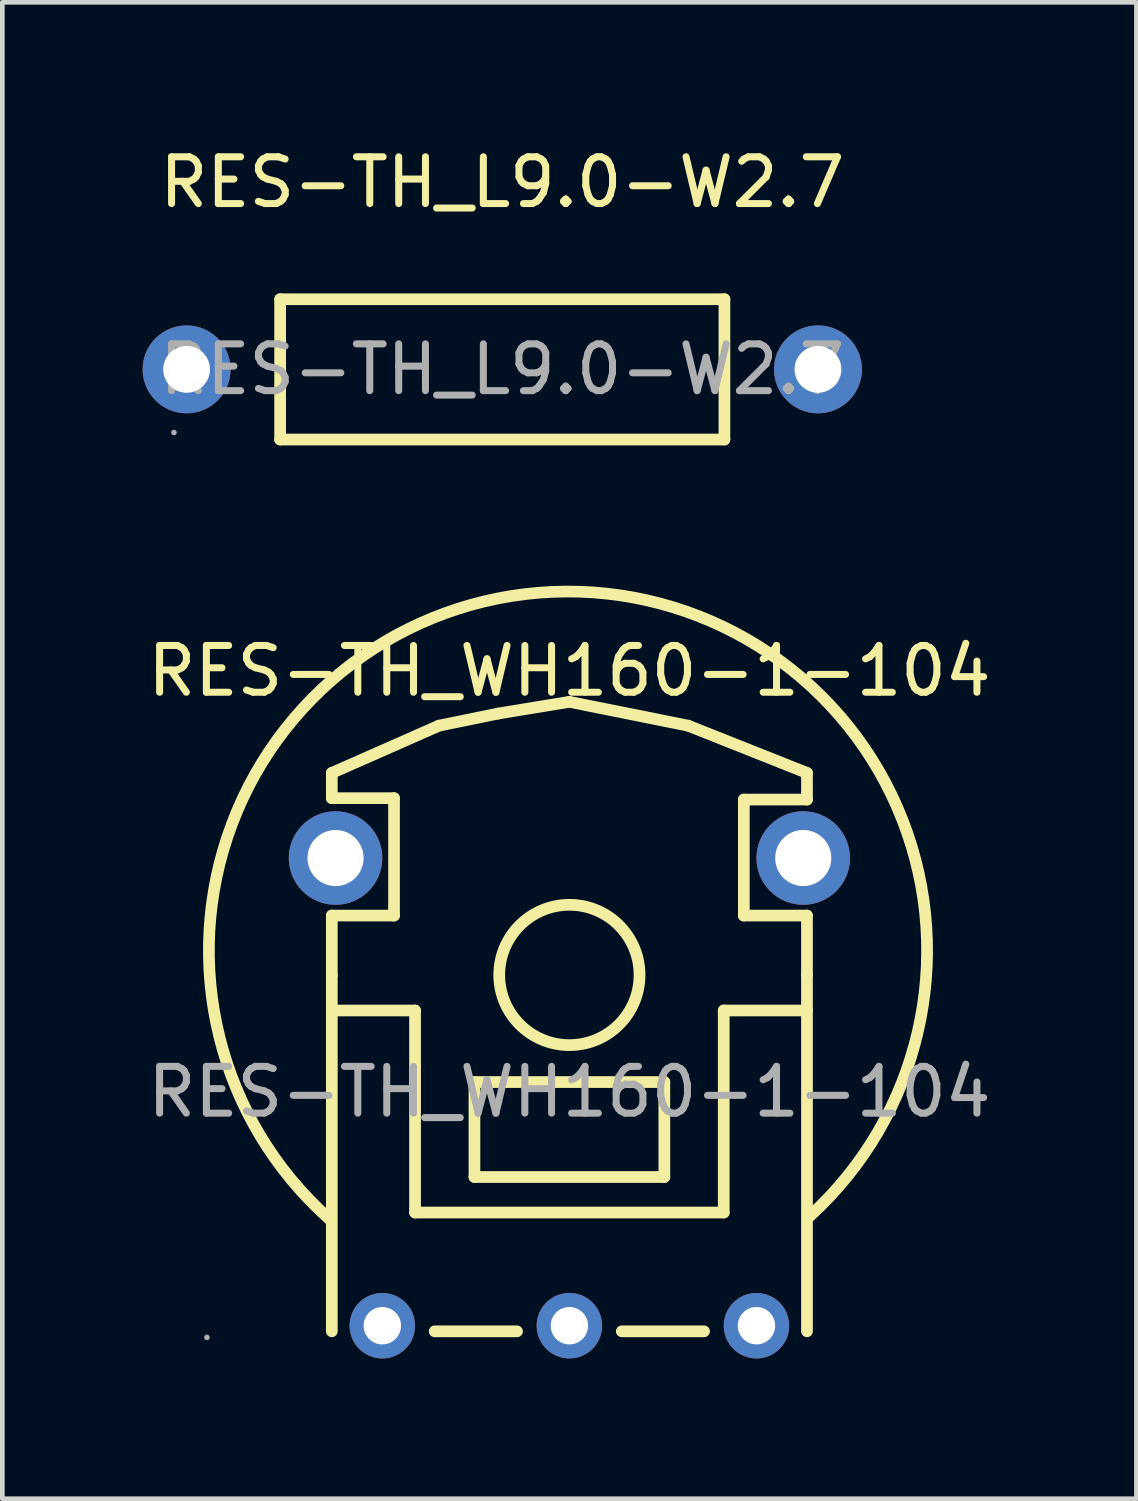
<source format=kicad_pcb>
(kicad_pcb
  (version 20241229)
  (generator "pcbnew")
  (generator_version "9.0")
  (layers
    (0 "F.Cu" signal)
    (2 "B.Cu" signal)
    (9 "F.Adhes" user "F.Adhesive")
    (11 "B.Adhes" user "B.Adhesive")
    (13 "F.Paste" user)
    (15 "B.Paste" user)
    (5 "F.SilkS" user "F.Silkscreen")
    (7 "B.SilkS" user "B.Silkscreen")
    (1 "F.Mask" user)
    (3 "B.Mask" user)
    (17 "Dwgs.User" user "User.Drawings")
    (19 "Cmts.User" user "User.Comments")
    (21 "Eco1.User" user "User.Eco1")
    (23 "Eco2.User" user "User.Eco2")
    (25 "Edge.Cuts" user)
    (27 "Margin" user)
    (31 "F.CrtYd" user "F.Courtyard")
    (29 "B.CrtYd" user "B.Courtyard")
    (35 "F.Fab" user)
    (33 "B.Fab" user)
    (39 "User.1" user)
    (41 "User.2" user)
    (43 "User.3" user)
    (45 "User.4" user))
  (footprint "RES-TH_L9.0-W2.7"
    (layer "F.Cu")
    (at 7.69 4.848)
    (property "Reference" "RES-TH_L9.0-W2.7" (at 0 -4 0) (layer "F.SilkS") (effects (font (size 1 1) (thickness 0.15))))
    (attr through_hole)
    (fp_line (start -4.75 -1.5) (end 4.75 -1.5) (stroke (width 0.25) (type solid)) (layer "F.SilkS"))
    (fp_line (start -4.75 1.5) (end -4.75 -1.5) (stroke (width 0.25) (type solid)) (layer "F.SilkS"))
    (fp_line (start 4.75 -1.5) (end 4.75 1.5) (stroke (width 0.25) (type solid)) (layer "F.SilkS"))
    (fp_line (start 4.75 1.5) (end -4.75 1.5) (stroke (width 0.25) (type solid)) (layer "F.SilkS"))
    (fp_circle (center -7.02 1.35) (end -6.99 1.35) (stroke (width 0.06) (type solid)) (fill no) (layer "F.Fab"))
    (fp_circle (center -6.75 0) (end -6.61 0) (stroke (width 0.27) (type solid)) (fill no) (layer "F.Fab"))
    (fp_circle (center 6.75 0) (end 6.89 0) (stroke (width 0.27) (type solid)) (fill no) (layer "F.Fab"))
    (fp_text user "${REFERENCE}" (at 0 0 0) (layer "F.Fab") (effects (font (size 1 1) (thickness 0.15))))
    (pad "1" thru_hole circle (at -6.75 0) (size 1.88 1.88) (drill 1) (layers "*.Cu" "*.Paste" "*.Mask"))
    (pad "2" thru_hole circle (at 6.75 0) (size 1.88 1.88) (drill 1) (layers "*.Cu" "*.Paste" "*.Mask")))
  (footprint "RES-TH_WH160-1-104"
    (layer "F.Cu")
    (at 9.125 20.297)
    (property "Reference" "RES-TH_WH160-1-104" (at 0 -9 0) (layer "F.SilkS") (effects (font (size 1 1) (thickness 0.15))))
    (attr through_hole)
    (fp_line (start -5.08 -6.82) (end -2.79 -7.83) (stroke (width 0.25) (type solid)) (layer "F.SilkS"))
    (fp_line (start -5.08 -6.28) (end -5.08 -6.82) (stroke (width 0.25) (type solid)) (layer "F.SilkS"))
    (fp_line (start -5.08 -3.77) (end -3.75 -3.77) (stroke (width 0.25) (type solid)) (layer "F.SilkS"))
    (fp_line (start -5.08 -2.5) (end -5.08 -3.77) (stroke (width 0.25) (type solid)) (layer "F.SilkS"))
    (fp_line (start -5.08 -1.74) (end -3.3 -1.74) (stroke (width 0.25) (type solid)) (layer "F.SilkS"))
    (fp_line (start -5.08 5.12) (end -5.08 -2.5) (stroke (width 0.25) (type solid)) (layer "F.SilkS"))
    (fp_line (start -3.75 -6.28) (end -5.08 -6.28) (stroke (width 0.25) (type solid)) (layer "F.SilkS"))
    (fp_line (start -3.75 -3.77) (end -3.75 -6.28) (stroke (width 0.25) (type solid)) (layer "F.SilkS"))
    (fp_line (start -3.3 -1.74) (end -3.3 2.58) (stroke (width 0.25) (type solid)) (layer "F.SilkS"))
    (fp_line (start -3.3 2.58) (end 3.3 2.58) (stroke (width 0.25) (type solid)) (layer "F.SilkS"))
    (fp_line (start -2.88 5.12) (end -1.12 5.12) (stroke (width 0.25) (type solid)) (layer "F.SilkS"))
    (fp_line (start -2.79 -7.83) (end -1.52 -8.09) (stroke (width 0.25) (type solid)) (layer "F.SilkS"))
    (fp_line (start -2.03 -0.21) (end -2.03 1.82) (stroke (width 0.25) (type solid)) (layer "F.SilkS"))
    (fp_line (start -2.03 1.82) (end 2.03 1.82) (stroke (width 0.25) (type solid)) (layer "F.SilkS"))
    (fp_line (start -1.52 -8.09) (end 0 -8.34) (stroke (width 0.25) (type solid)) (layer "F.SilkS"))
    (fp_line (start 0 -8.34) (end 2.54 -7.83) (stroke (width 0.25) (type solid)) (layer "F.SilkS"))
    (fp_line (start 1.12 5.12) (end 2.88 5.12) (stroke (width 0.25) (type solid)) (layer "F.SilkS"))
    (fp_line (start 2.03 -0.21) (end -2.03 -0.21) (stroke (width 0.25) (type solid)) (layer "F.SilkS"))
    (fp_line (start 2.03 1.82) (end 2.03 -0.21) (stroke (width 0.25) (type solid)) (layer "F.SilkS"))
    (fp_line (start 2.54 -7.83) (end 5.08 -6.82) (stroke (width 0.25) (type solid)) (layer "F.SilkS"))
    (fp_line (start 3.3 -1.74) (end 5.08 -1.74) (stroke (width 0.25) (type solid)) (layer "F.SilkS"))
    (fp_line (start 3.3 2.58) (end 3.3 -1.74) (stroke (width 0.25) (type solid)) (layer "F.SilkS"))
    (fp_line (start 3.73 -6.25) (end 3.73 -3.77) (stroke (width 0.25) (type solid)) (layer "F.SilkS"))
    (fp_line (start 3.73 -3.77) (end 5.08 -3.77) (stroke (width 0.25) (type solid)) (layer "F.SilkS"))
    (fp_line (start 5.08 -6.82) (end 5.08 -6.25) (stroke (width 0.25) (type solid)) (layer "F.SilkS"))
    (fp_line (start 5.08 -6.25) (end 3.73 -6.25) (stroke (width 0.25) (type solid)) (layer "F.SilkS"))
    (fp_line (start 5.08 -3.77) (end 5.08 -2.5) (stroke (width 0.25) (type solid)) (layer "F.SilkS"))
    (fp_line (start 5.08 -2.5) (end 5.08 5.12) (stroke (width 0.25) (type solid)) (layer "F.SilkS"))
    (fp_arc (start -5.13 2.72) (mid -0.075411 -10.698251) (end 5.137536 2.659276) (stroke (width 0.25) (type solid)) (layer "F.SilkS"))
    (fp_circle (center 0 -2.5) (end 1.5 -2.5) (stroke (width 0.25) (type solid)) (fill no) (layer "F.SilkS"))
    (fp_circle (center -7.75 5.25) (end -7.72 5.25) (stroke (width 0.06) (type solid)) (fill no) (layer "F.Fab"))
    (fp_circle (center -5 -5) (end -4.75 -5) (stroke (width 0.5) (type solid)) (fill no) (layer "F.Fab"))
    (fp_circle (center -4 5) (end -3.88 5) (stroke (width 0.25) (type solid)) (fill no) (layer "F.Fab"))
    (fp_circle (center 0 5) (end 0.12 5) (stroke (width 0.25) (type solid)) (fill no) (layer "F.Fab"))
    (fp_circle (center 4 5) (end 4.12 5) (stroke (width 0.25) (type solid)) (fill no) (layer "F.Fab"))
    (fp_circle (center 5 -5) (end 5.25 -5) (stroke (width 0.5) (type solid)) (fill no) (layer "F.Fab"))
    (fp_text user "${REFERENCE}" (at 0 0 0) (layer "F.Fab") (effects (font (size 1 1) (thickness 0.15))))
    (pad "1" thru_hole circle (at -4 5) (size 1.4 1.4) (drill 0.8) (layers "*.Cu" "*.Paste" "*.Mask"))
    (pad "2" thru_hole circle (at 0 5) (size 1.4 1.4) (drill 0.8) (layers "*.Cu" "*.Paste" "*.Mask"))
    (pad "3" thru_hole circle (at 4 5) (size 1.4 1.4) (drill 0.8) (layers "*.Cu" "*.Paste" "*.Mask"))
    (pad "4" thru_hole circle (at -5 -5) (size 2 2) (drill 1.2) (layers "*.Cu" "*.Paste" "*.Mask"))
    (pad "5" thru_hole circle (at 5 -5) (size 2 2) (drill 1.2) (layers "*.Cu" "*.Paste" "*.Mask")))
  (gr_rect
    (start -3 -3)
    (end 21.25 28.997)
    (stroke (width 0.1) (type default))
    (fill no)
    (layer "Edge.Cuts")))
</source>
